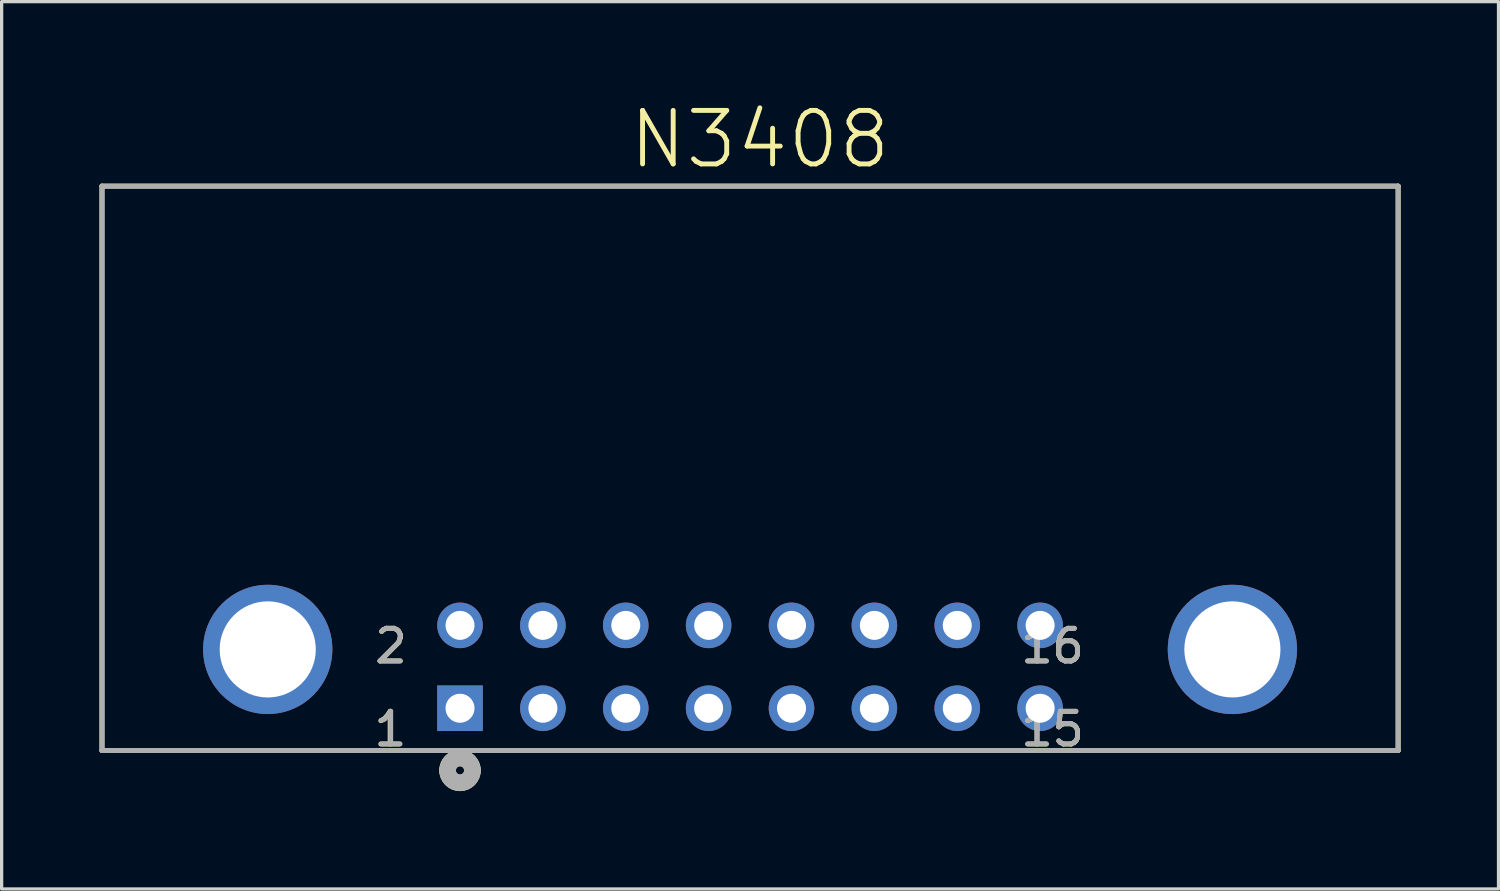
<source format=kicad_pcb>
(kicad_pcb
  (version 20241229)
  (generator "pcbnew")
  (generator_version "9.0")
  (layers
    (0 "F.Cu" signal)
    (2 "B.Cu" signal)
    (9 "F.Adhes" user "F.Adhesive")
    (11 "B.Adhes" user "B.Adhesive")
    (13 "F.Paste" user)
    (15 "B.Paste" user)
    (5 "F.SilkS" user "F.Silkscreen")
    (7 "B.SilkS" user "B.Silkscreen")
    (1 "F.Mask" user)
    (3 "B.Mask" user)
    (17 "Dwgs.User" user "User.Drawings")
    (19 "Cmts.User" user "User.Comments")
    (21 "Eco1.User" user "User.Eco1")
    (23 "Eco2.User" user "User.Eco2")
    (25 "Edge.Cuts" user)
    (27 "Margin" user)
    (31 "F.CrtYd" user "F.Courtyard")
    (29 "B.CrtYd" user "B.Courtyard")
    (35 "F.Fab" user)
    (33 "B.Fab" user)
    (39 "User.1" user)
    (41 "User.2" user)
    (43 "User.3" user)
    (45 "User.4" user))
  (footprint "N3408"
    (layer "F.Cu")
    (at 28.829 16.117)
    (property "Reference" "N3408" (at -8.59 -14.894 0) (layer "F.SilkS") (effects (font (size 1.641 1.641) (thickness 0.15))))
    (attr through_hole)
    (fp_line (start -28.753 -13.462) (end -28.753 3.835) (stroke (width 0.152) (type solid)) (layer "F.SilkS"))
    (fp_line (start -28.753 3.835) (end 10.973 3.835) (stroke (width 0.152) (type solid)) (layer "F.SilkS"))
    (fp_line (start 10.973 -13.462) (end -28.753 -13.462) (stroke (width 0.152) (type solid)) (layer "F.SilkS"))
    (fp_line (start 10.973 3.835) (end 10.973 -13.462) (stroke (width 0.152) (type solid)) (layer "F.SilkS"))
    (fp_arc (start -18.161 4.445) (mid -17.78 4.064) (end -17.399 4.445) (stroke (width 0.508) (type solid)) (layer "F.SilkS"))
    (fp_arc (start -17.399 4.445) (mid -17.78 4.826) (end -18.161 4.445) (stroke (width 0.508) (type solid)) (layer "F.SilkS"))
    (fp_line (start -28.753 -13.462) (end -28.753 3.835) (stroke (width 0.152) (type solid)) (layer "F.Fab"))
    (fp_line (start -28.753 3.835) (end 10.973 3.835) (stroke (width 0.152) (type solid)) (layer "F.Fab"))
    (fp_line (start 10.973 -13.462) (end -28.753 -13.462) (stroke (width 0.152) (type solid)) (layer "F.Fab"))
    (fp_line (start 10.973 3.835) (end 10.973 -13.462) (stroke (width 0.152) (type solid)) (layer "F.Fab"))
    (fp_arc (start -18.161 4.445) (mid -17.78 4.064) (end -17.399 4.445) (stroke (width 0.508) (type solid)) (layer "F.Fab"))
    (fp_arc (start -17.399 4.445) (mid -17.78 4.826) (end -18.161 4.445) (stroke (width 0.508) (type solid)) (layer "F.Fab"))
    (fp_text user "16" (at 0.381 0.635 0) (layer "F.SilkS") (effects (font (size 1 1) (thickness 0.15))))
    (fp_text user "15" (at 0.382 3.18 0) (layer "F.SilkS") (effects (font (size 1.001 1.001) (thickness 0.15))))
    (fp_text user "1" (at -19.921 3.18 0) (layer "F.SilkS") (effects (font (size 1.002 1.002) (thickness 0.15))))
    (fp_text user "2" (at -19.895 0.635 0) (layer "F.SilkS") (effects (font (size 1 1) (thickness 0.15))))
    (fp_text user "16" (at 0.382 0.636 0) (layer "F.Fab") (effects (font (size 1.002 1.002) (thickness 0.15))))
    (fp_text user "1" (at -19.904 3.178 0) (layer "F.Fab") (effects (font (size 1.001 1.001) (thickness 0.15))))
    (fp_text user "15" (at 0.381 3.179 0) (layer "F.Fab") (effects (font (size 1.001 1.001) (thickness 0.15))))
    (fp_text user "2" (at -19.901 0.635 0) (layer "F.Fab") (effects (font (size 1.001 1.001) (thickness 0.15))))
    (pad "1" thru_hole rect (at -17.78 2.54) (size 1.397 1.397) (drill 0.889) (layers "*.Cu" "*.Mask"))
    (pad "2" thru_hole circle (at -17.78 0) (size 1.397 1.397) (drill 0.889) (layers "*.Cu" "*.Mask"))
    (pad "3" thru_hole circle (at -15.24 2.54) (size 1.397 1.397) (drill 0.889) (layers "*.Cu" "*.Mask"))
    (pad "4" thru_hole circle (at -15.24 0) (size 1.397 1.397) (drill 0.889) (layers "*.Cu" "*.Mask"))
    (pad "5" thru_hole circle (at -12.7 2.54) (size 1.397 1.397) (drill 0.889) (layers "*.Cu" "*.Mask"))
    (pad "6" thru_hole circle (at -12.7 0) (size 1.397 1.397) (drill 0.889) (layers "*.Cu" "*.Mask"))
    (pad "7" thru_hole circle (at -10.16 2.54) (size 1.397 1.397) (drill 0.889) (layers "*.Cu" "*.Mask"))
    (pad "8" thru_hole circle (at -10.16 0) (size 1.397 1.397) (drill 0.889) (layers "*.Cu" "*.Mask"))
    (pad "9" thru_hole circle (at -7.62 2.54) (size 1.397 1.397) (drill 0.889) (layers "*.Cu" "*.Mask"))
    (pad "10" thru_hole circle (at -7.62 0) (size 1.397 1.397) (drill 0.889) (layers "*.Cu" "*.Mask"))
    (pad "11" thru_hole circle (at -5.08 2.54) (size 1.397 1.397) (drill 0.889) (layers "*.Cu" "*.Mask"))
    (pad "12" thru_hole circle (at -5.08 0) (size 1.397 1.397) (drill 0.889) (layers "*.Cu" "*.Mask"))
    (pad "13" thru_hole circle (at -2.54 2.54) (size 1.397 1.397) (drill 0.889) (layers "*.Cu" "*.Mask"))
    (pad "14" thru_hole circle (at -2.54 0) (size 1.397 1.397) (drill 0.889) (layers "*.Cu" "*.Mask"))
    (pad "15" thru_hole circle (at 0 2.54) (size 1.397 1.397) (drill 0.889) (layers "*.Cu" "*.Mask"))
    (pad "16" thru_hole circle (at 0 0) (size 1.397 1.397) (drill 0.889) (layers "*.Cu" "*.Mask"))
    (pad "17" thru_hole circle (at -23.673 0.737) (size 3.962 3.962) (drill 2.946) (layers "*.Cu" "*.Mask"))
    (pad "18" thru_hole circle (at 5.893 0.737) (size 3.962 3.962) (drill 2.946) (layers "*.Cu" "*.Mask")))
  (gr_rect
    (start -3 -3)
    (end 42.878 24.197)
    (stroke (width 0.1) (type default))
    (fill no)
    (layer "Edge.Cuts")))
</source>
